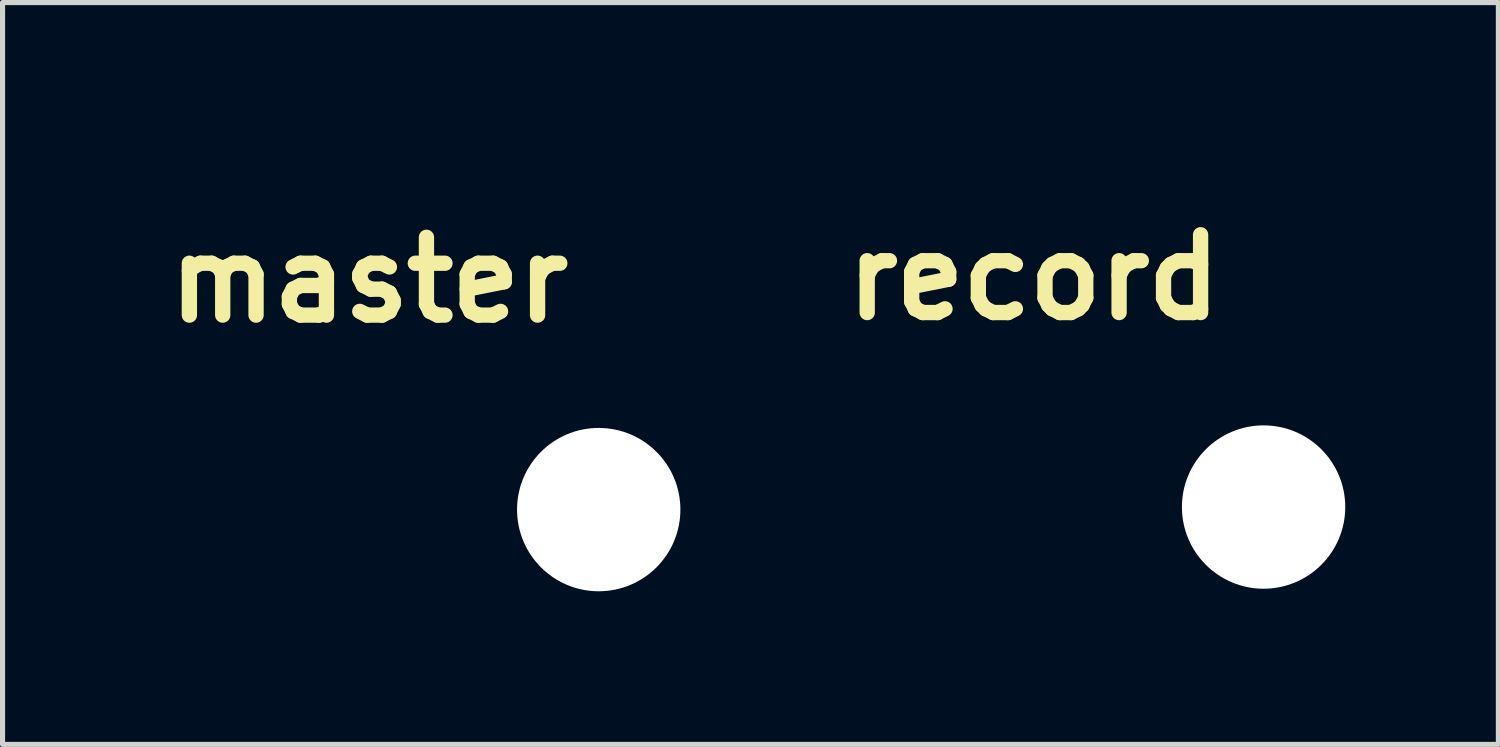
<source format=kicad_pcb>
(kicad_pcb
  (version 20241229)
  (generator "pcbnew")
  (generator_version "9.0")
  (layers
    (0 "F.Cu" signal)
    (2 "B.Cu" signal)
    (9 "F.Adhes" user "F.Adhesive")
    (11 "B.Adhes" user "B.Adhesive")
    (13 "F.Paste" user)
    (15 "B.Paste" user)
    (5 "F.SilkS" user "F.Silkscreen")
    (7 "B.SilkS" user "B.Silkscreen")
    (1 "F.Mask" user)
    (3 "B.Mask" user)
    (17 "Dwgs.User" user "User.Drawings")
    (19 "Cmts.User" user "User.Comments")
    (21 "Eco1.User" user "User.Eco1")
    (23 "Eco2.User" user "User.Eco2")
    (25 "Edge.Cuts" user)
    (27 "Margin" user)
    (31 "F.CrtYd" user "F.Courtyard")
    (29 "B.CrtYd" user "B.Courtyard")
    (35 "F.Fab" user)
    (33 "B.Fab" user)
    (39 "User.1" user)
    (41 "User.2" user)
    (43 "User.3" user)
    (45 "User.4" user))
  (footprint "record"
    (layer "F.Cu")
    (at 21.706 6.884)
    (property "Reference" "record" (at -4.5 -4.5 0) (layer "F.SilkS") (effects (font (size 1.524 1.524) (thickness 0.3))))
    (attr through_hole)
    (fp_poly (pts (xy -4.351 -6.874) (xy -4.164 -6.855) (xy -3.98 -6.821) (xy -3.798 -6.772) (xy -3.621 -6.71) (xy -3.449 -6.633) (xy -3.282 -6.543) (xy -3.122 -6.439) (xy -2.971 -6.321) (xy -2.827 -6.191) (xy -2.693 -6.047) (xy -2.603 -5.935) (xy -2.49 -5.773) (xy -2.392 -5.603) (xy -2.31 -5.428) (xy -2.242 -5.247) (xy -2.189 -5.062) (xy -2.151 -4.874) (xy -2.129 -4.684) (xy -2.122 -4.492) (xy -2.13 -4.301) (xy -2.154 -4.11) (xy -2.193 -3.921) (xy -2.247 -3.735) (xy -2.318 -3.553) (xy -2.404 -3.376) (xy -2.415 -3.356) (xy -2.519 -3.184) (xy -2.636 -3.023) (xy -2.764 -2.874) (xy -2.904 -2.737) (xy -3.053 -2.612) (xy -3.213 -2.499) (xy -3.381 -2.401) (xy -3.557 -2.316) (xy -3.74 -2.246) (xy -3.929 -2.191) (xy -4.125 -2.151) (xy -4.253 -2.134) (xy -4.332 -2.128) (xy -4.421 -2.124) (xy -4.515 -2.123) (xy -4.608 -2.125) (xy -4.694 -2.129) (xy -4.754 -2.134) (xy -4.951 -2.164) (xy -5.141 -2.209) (xy -5.325 -2.269) (xy -5.502 -2.343) (xy -5.671 -2.43) (xy -5.832 -2.53) (xy -5.984 -2.641) (xy -6.126 -2.764) (xy -6.257 -2.897) (xy -6.378 -3.041) (xy -6.487 -3.193) (xy -6.584 -3.354) (xy -6.669 -3.523) (xy -6.74 -3.698) (xy -6.797 -3.881) (xy -6.839 -4.069) (xy -6.867 -4.262) (xy -6.878 -4.459) (xy -6.878 -4.5) (xy -6.87 -4.699) (xy -6.846 -4.895) (xy -6.805 -5.087) (xy -6.75 -5.273) (xy -6.679 -5.454) (xy -6.595 -5.627) (xy -6.496 -5.794) (xy -6.385 -5.951) (xy -6.26 -6.1) (xy -6.123 -6.239) (xy -5.974 -6.366) (xy -5.814 -6.483) (xy -5.644 -6.585) (xy -5.467 -6.673) (xy -5.286 -6.746) (xy -5.102 -6.802) (xy -4.916 -6.843) (xy -4.728 -6.869) (xy -4.539 -6.879) (xy -4.351 -6.874)) (stroke (width 0.01) (type solid)) (fill yes) (layer "F.Mask"))
    (fp_poly (pts (xy -4.351 -6.874) (xy -4.164 -6.855) (xy -3.98 -6.821) (xy -3.798 -6.772) (xy -3.621 -6.71) (xy -3.449 -6.633) (xy -3.282 -6.543) (xy -3.122 -6.439) (xy -2.971 -6.321) (xy -2.827 -6.191) (xy -2.693 -6.047) (xy -2.603 -5.935) (xy -2.49 -5.773) (xy -2.392 -5.603) (xy -2.31 -5.428) (xy -2.242 -5.247) (xy -2.189 -5.062) (xy -2.151 -4.874) (xy -2.129 -4.684) (xy -2.122 -4.492) (xy -2.13 -4.301) (xy -2.154 -4.11) (xy -2.193 -3.921) (xy -2.247 -3.735) (xy -2.318 -3.553) (xy -2.404 -3.376) (xy -2.415 -3.356) (xy -2.519 -3.184) (xy -2.636 -3.023) (xy -2.764 -2.874) (xy -2.904 -2.737) (xy -3.053 -2.612) (xy -3.213 -2.499) (xy -3.381 -2.401) (xy -3.557 -2.316) (xy -3.74 -2.246) (xy -3.929 -2.191) (xy -4.125 -2.151) (xy -4.253 -2.134) (xy -4.332 -2.128) (xy -4.421 -2.124) (xy -4.515 -2.123) (xy -4.608 -2.125) (xy -4.694 -2.129) (xy -4.754 -2.134) (xy -4.951 -2.164) (xy -5.141 -2.209) (xy -5.325 -2.269) (xy -5.502 -2.343) (xy -5.671 -2.43) (xy -5.832 -2.53) (xy -5.984 -2.641) (xy -6.126 -2.764) (xy -6.257 -2.897) (xy -6.378 -3.041) (xy -6.487 -3.193) (xy -6.584 -3.354) (xy -6.669 -3.523) (xy -6.74 -3.698) (xy -6.797 -3.881) (xy -6.839 -4.069) (xy -6.867 -4.262) (xy -6.878 -4.459) (xy -6.878 -4.5) (xy -6.87 -4.699) (xy -6.846 -4.895) (xy -6.805 -5.087) (xy -6.75 -5.273) (xy -6.679 -5.454) (xy -6.595 -5.627) (xy -6.496 -5.794) (xy -6.385 -5.951) (xy -6.26 -6.1) (xy -6.123 -6.239) (xy -5.974 -6.366) (xy -5.814 -6.483) (xy -5.644 -6.585) (xy -5.467 -6.673) (xy -5.286 -6.746) (xy -5.102 -6.802) (xy -4.916 -6.843) (xy -4.728 -6.869) (xy -4.539 -6.879) (xy -4.351 -6.874)) (stroke (width 0.01) (type solid)) (fill yes) (layer "B.Mask"))
    (pad "" np_thru_hole circle (at 0 0) (size 3.2 3.2) (drill 3.2) (layers "*.Cu" "*.Mask")))
  (footprint "master"
    (layer "F.Cu")
    (at 8.68 6.934)
    (property "Reference" "master" (at -4.5 -4.5 0) (layer "F.SilkS") (effects (font (size 1.524 1.524) (thickness 0.3))))
    (attr through_hole)
    (fp_poly (pts (xy -1.674 -6.774) (xy -1.617 -6.76) (xy -1.564 -6.732) (xy -1.537 -6.711) (xy -1.51 -6.685) (xy -1.489 -6.657) (xy -1.472 -6.625) (xy -1.455 -6.584) (xy -1.438 -6.531) (xy -1.435 -6.519) (xy -1.383 -6.33) (xy -1.339 -6.137) (xy -1.3 -5.941) (xy -1.268 -5.738) (xy -1.241 -5.527) (xy -1.221 -5.308) (xy -1.206 -5.078) (xy -1.196 -4.835) (xy -1.191 -4.578) (xy -1.191 -4.466) (xy -1.194 -4.182) (xy -1.203 -3.912) (xy -1.218 -3.656) (xy -1.239 -3.412) (xy -1.266 -3.18) (xy -1.3 -2.959) (xy -1.341 -2.747) (xy -1.388 -2.543) (xy -1.43 -2.387) (xy -1.447 -2.331) (xy -1.461 -2.289) (xy -1.474 -2.256) (xy -1.488 -2.231) (xy -1.503 -2.21) (xy -1.52 -2.191) (xy -1.568 -2.153) (xy -1.624 -2.128) (xy -1.685 -2.115) (xy -1.747 -2.117) (xy -1.798 -2.131) (xy -1.851 -2.161) (xy -1.897 -2.203) (xy -1.931 -2.256) (xy -1.953 -2.315) (xy -1.958 -2.349) (xy -1.959 -2.372) (xy -1.958 -2.396) (xy -1.953 -2.425) (xy -1.944 -2.463) (xy -1.93 -2.512) (xy -1.929 -2.516) (xy -1.883 -2.689) (xy -1.842 -2.867) (xy -1.807 -3.05) (xy -1.778 -3.24) (xy -1.754 -3.439) (xy -1.735 -3.648) (xy -1.721 -3.868) (xy -1.712 -4.101) (xy -1.707 -4.348) (xy -1.707 -4.467) (xy -1.709 -4.706) (xy -1.715 -4.93) (xy -1.725 -5.141) (xy -1.74 -5.341) (xy -1.76 -5.531) (xy -1.784 -5.713) (xy -1.814 -5.889) (xy -1.849 -6.061) (xy -1.889 -6.23) (xy -1.932 -6.387) (xy -1.946 -6.435) (xy -1.954 -6.471) (xy -1.959 -6.499) (xy -1.96 -6.524) (xy -1.958 -6.541) (xy -1.945 -6.603) (xy -1.919 -6.657) (xy -1.883 -6.702) (xy -1.838 -6.737) (xy -1.786 -6.761) (xy -1.731 -6.774) (xy -1.674 -6.774)) (stroke (width 0.01) (type solid)) (fill yes) (layer "F.Mask"))
    (fp_poly (pts (xy -4.569 -6.923) (xy -4.511 -6.902) (xy -4.459 -6.867) (xy -4.416 -6.821) (xy -4.391 -6.777) (xy -4.369 -6.73) (xy -4.369 -2.261) (xy -4.391 -2.214) (xy -4.426 -2.158) (xy -4.473 -2.112) (xy -4.516 -2.086) (xy -4.557 -2.072) (xy -4.606 -2.065) (xy -4.656 -2.065) (xy -4.699 -2.073) (xy -4.707 -2.075) (xy -4.718 -2.081) (xy -4.742 -2.096) (xy -4.778 -2.118) (xy -4.826 -2.147) (xy -4.883 -2.183) (xy -4.949 -2.224) (xy -5.023 -2.271) (xy -5.104 -2.322) (xy -5.19 -2.376) (xy -5.281 -2.433) (xy -5.376 -2.493) (xy -5.473 -2.555) (xy -5.571 -2.617) (xy -5.67 -2.679) (xy -5.767 -2.741) (xy -5.863 -2.803) (xy -5.956 -2.862) (xy -6.045 -2.918) (xy -6.129 -2.972) (xy -6.207 -3.022) (xy -6.277 -3.067) (xy -6.339 -3.107) (xy -6.392 -3.141) (xy -6.434 -3.169) (xy -6.465 -3.189) (xy -6.483 -3.202) (xy -6.487 -3.205) (xy -6.506 -3.222) (xy -7.02 -3.179) (xy -7.113 -3.172) (xy -7.202 -3.165) (xy -7.285 -3.158) (xy -7.361 -3.153) (xy -7.428 -3.148) (xy -7.485 -3.144) (xy -7.529 -3.142) (xy -7.56 -3.141) (xy -7.576 -3.141) (xy -7.637 -3.156) (xy -7.692 -3.185) (xy -7.738 -3.227) (xy -7.773 -3.28) (xy -7.784 -3.304) (xy -7.786 -3.311) (xy -7.789 -3.318) (xy -7.79 -3.327) (xy -7.792 -3.338) (xy -7.794 -3.352) (xy -7.795 -3.37) (xy -7.796 -3.393) (xy -7.797 -3.422) (xy -7.798 -3.458) (xy -7.799 -3.501) (xy -7.799 -3.552) (xy -7.8 -3.613) (xy -7.8 -3.684) (xy -7.8 -3.767) (xy -7.801 -3.861) (xy -7.801 -3.968) (xy -7.801 -4.089) (xy -7.801 -4.224) (xy -7.801 -4.375) (xy -7.801 -4.47) (xy -7.801 -4.631) (xy -7.801 -4.775) (xy -7.801 -4.904) (xy -7.801 -5.019) (xy -7.801 -5.121) (xy -7.8 -5.21) (xy -7.8 -5.262) (xy -7.285 -5.262) (xy -7.285 -3.674) (xy -6.929 -3.704) (xy -6.574 -3.733) (xy -6.574 -5.207) (xy -6.91 -5.235) (xy -6.984 -5.241) (xy -7.054 -5.246) (xy -7.117 -5.251) (xy -7.171 -5.255) (xy -7.215 -5.259) (xy -7.247 -5.261) (xy -7.264 -5.262) (xy -7.266 -5.262) (xy -7.285 -5.262) (xy -7.8 -5.262) (xy -7.8 -5.287) (xy -7.8 -5.354) (xy -7.799 -5.41) (xy -6.057 -5.41) (xy -6.055 -4.471) (xy -6.053 -3.533) (xy -5.47 -3.162) (xy -5.38 -3.104) (xy -5.294 -3.05) (xy -5.213 -2.999) (xy -5.139 -2.952) (xy -5.072 -2.909) (xy -5.014 -2.872) (xy -4.965 -2.841) (xy -4.926 -2.817) (xy -4.9 -2.8) (xy -4.886 -2.791) (xy -4.884 -2.79) (xy -4.883 -2.799) (xy -4.883 -2.823) (xy -4.883 -2.863) (xy -4.883 -2.917) (xy -4.882 -2.985) (xy -4.882 -3.066) (xy -4.882 -3.159) (xy -4.882 -3.264) (xy -4.882 -3.379) (xy -4.881 -3.503) (xy -4.881 -3.637) (xy -4.881 -3.779) (xy -4.881 -3.928) (xy -4.881 -4.084) (xy -4.881 -4.245) (xy -4.881 -4.411) (xy -4.881 -4.492) (xy -4.881 -6.193) (xy -5.469 -5.801) (xy -6.057 -5.41) (xy -7.799 -5.41) (xy -7.799 -5.411) (xy -7.799 -5.459) (xy -7.798 -5.499) (xy -7.797 -5.531) (xy -7.796 -5.558) (xy -7.795 -5.579) (xy -7.793 -5.595) (xy -7.792 -5.608) (xy -7.79 -5.618) (xy -7.788 -5.626) (xy -7.785 -5.633) (xy -7.783 -5.638) (xy -7.754 -5.692) (xy -7.713 -5.738) (xy -7.661 -5.773) (xy -7.604 -5.795) (xy -7.579 -5.8) (xy -7.565 -5.8) (xy -7.534 -5.799) (xy -7.491 -5.797) (xy -7.435 -5.793) (xy -7.368 -5.788) (xy -7.293 -5.783) (xy -7.21 -5.776) (xy -7.121 -5.769) (xy -7.028 -5.762) (xy -7.023 -5.761) (xy -6.504 -5.718) (xy -6.482 -5.738) (xy -6.472 -5.746) (xy -6.449 -5.762) (xy -6.414 -5.786) (xy -6.367 -5.818) (xy -6.309 -5.856) (xy -6.242 -5.902) (xy -6.167 -5.953) (xy -6.083 -6.009) (xy -5.992 -6.07) (xy -5.895 -6.135) (xy -5.793 -6.203) (xy -5.686 -6.274) (xy -5.596 -6.334) (xy -5.452 -6.43) (xy -5.322 -6.516) (xy -5.206 -6.593) (xy -5.102 -6.662) (xy -5.011 -6.721) (xy -4.932 -6.773) (xy -4.865 -6.816) (xy -4.809 -6.852) (xy -4.764 -6.88) (xy -4.731 -6.9) (xy -4.707 -6.913) (xy -4.694 -6.92) (xy -4.693 -6.92) (xy -4.63 -6.929) (xy -4.569 -6.923)) (stroke (width 0.01) (type solid)) (fill yes) (layer "F.Mask"))
    (fp_poly (pts (xy -1.674 -6.774) (xy -1.617 -6.76) (xy -1.564 -6.732) (xy -1.537 -6.711) (xy -1.51 -6.685) (xy -1.489 -6.657) (xy -1.472 -6.625) (xy -1.455 -6.584) (xy -1.438 -6.531) (xy -1.435 -6.519) (xy -1.383 -6.33) (xy -1.339 -6.137) (xy -1.3 -5.941) (xy -1.268 -5.738) (xy -1.241 -5.527) (xy -1.221 -5.308) (xy -1.206 -5.078) (xy -1.196 -4.835) (xy -1.191 -4.578) (xy -1.191 -4.466) (xy -1.194 -4.182) (xy -1.203 -3.912) (xy -1.218 -3.656) (xy -1.239 -3.412) (xy -1.266 -3.18) (xy -1.3 -2.959) (xy -1.341 -2.747) (xy -1.388 -2.543) (xy -1.43 -2.387) (xy -1.447 -2.331) (xy -1.461 -2.289) (xy -1.474 -2.256) (xy -1.488 -2.231) (xy -1.503 -2.21) (xy -1.52 -2.191) (xy -1.568 -2.153) (xy -1.624 -2.128) (xy -1.685 -2.115) (xy -1.747 -2.117) (xy -1.798 -2.131) (xy -1.851 -2.161) (xy -1.897 -2.203) (xy -1.931 -2.256) (xy -1.953 -2.315) (xy -1.958 -2.349) (xy -1.959 -2.372) (xy -1.958 -2.396) (xy -1.953 -2.425) (xy -1.944 -2.463) (xy -1.93 -2.512) (xy -1.929 -2.516) (xy -1.883 -2.689) (xy -1.842 -2.867) (xy -1.807 -3.05) (xy -1.778 -3.24) (xy -1.754 -3.439) (xy -1.735 -3.648) (xy -1.721 -3.868) (xy -1.712 -4.101) (xy -1.707 -4.348) (xy -1.707 -4.467) (xy -1.709 -4.706) (xy -1.715 -4.93) (xy -1.725 -5.141) (xy -1.74 -5.341) (xy -1.76 -5.531) (xy -1.784 -5.713) (xy -1.814 -5.889) (xy -1.849 -6.061) (xy -1.889 -6.23) (xy -1.932 -6.387) (xy -1.946 -6.435) (xy -1.954 -6.471) (xy -1.959 -6.499) (xy -1.96 -6.524) (xy -1.958 -6.541) (xy -1.945 -6.603) (xy -1.919 -6.657) (xy -1.883 -6.702) (xy -1.838 -6.737) (xy -1.786 -6.761) (xy -1.731 -6.774) (xy -1.674 -6.774)) (stroke (width 0.01) (type solid)) (fill yes) (layer "B.Mask"))
    (fp_poly (pts (xy -4.569 -6.923) (xy -4.511 -6.902) (xy -4.459 -6.867) (xy -4.416 -6.821) (xy -4.391 -6.777) (xy -4.369 -6.73) (xy -4.369 -2.261) (xy -4.391 -2.214) (xy -4.426 -2.158) (xy -4.473 -2.112) (xy -4.516 -2.086) (xy -4.557 -2.072) (xy -4.606 -2.065) (xy -4.656 -2.065) (xy -4.699 -2.073) (xy -4.707 -2.075) (xy -4.718 -2.081) (xy -4.742 -2.096) (xy -4.778 -2.118) (xy -4.826 -2.147) (xy -4.883 -2.183) (xy -4.949 -2.224) (xy -5.023 -2.271) (xy -5.104 -2.322) (xy -5.19 -2.376) (xy -5.281 -2.433) (xy -5.376 -2.493) (xy -5.473 -2.555) (xy -5.571 -2.617) (xy -5.67 -2.679) (xy -5.767 -2.741) (xy -5.863 -2.803) (xy -5.956 -2.862) (xy -6.045 -2.918) (xy -6.129 -2.972) (xy -6.207 -3.022) (xy -6.277 -3.067) (xy -6.339 -3.107) (xy -6.392 -3.141) (xy -6.434 -3.169) (xy -6.465 -3.189) (xy -6.483 -3.202) (xy -6.487 -3.205) (xy -6.506 -3.222) (xy -7.02 -3.179) (xy -7.113 -3.172) (xy -7.202 -3.165) (xy -7.285 -3.158) (xy -7.361 -3.153) (xy -7.428 -3.148) (xy -7.485 -3.144) (xy -7.529 -3.142) (xy -7.56 -3.141) (xy -7.576 -3.141) (xy -7.637 -3.156) (xy -7.692 -3.185) (xy -7.738 -3.227) (xy -7.773 -3.28) (xy -7.784 -3.304) (xy -7.786 -3.311) (xy -7.789 -3.318) (xy -7.79 -3.327) (xy -7.792 -3.338) (xy -7.794 -3.352) (xy -7.795 -3.37) (xy -7.796 -3.393) (xy -7.797 -3.422) (xy -7.798 -3.458) (xy -7.799 -3.501) (xy -7.799 -3.552) (xy -7.8 -3.613) (xy -7.8 -3.684) (xy -7.8 -3.767) (xy -7.801 -3.861) (xy -7.801 -3.968) (xy -7.801 -4.089) (xy -7.801 -4.224) (xy -7.801 -4.375) (xy -7.801 -4.47) (xy -7.801 -4.631) (xy -7.801 -4.775) (xy -7.801 -4.904) (xy -7.801 -5.019) (xy -7.801 -5.121) (xy -7.8 -5.21) (xy -7.8 -5.262) (xy -7.285 -5.262) (xy -7.285 -3.674) (xy -6.929 -3.704) (xy -6.574 -3.733) (xy -6.574 -5.207) (xy -6.91 -5.235) (xy -6.984 -5.241) (xy -7.054 -5.246) (xy -7.117 -5.251) (xy -7.171 -5.255) (xy -7.215 -5.259) (xy -7.247 -5.261) (xy -7.264 -5.262) (xy -7.266 -5.262) (xy -7.285 -5.262) (xy -7.8 -5.262) (xy -7.8 -5.287) (xy -7.8 -5.354) (xy -7.799 -5.41) (xy -6.057 -5.41) (xy -6.055 -4.471) (xy -6.053 -3.533) (xy -5.47 -3.162) (xy -5.38 -3.104) (xy -5.294 -3.05) (xy -5.213 -2.999) (xy -5.139 -2.952) (xy -5.072 -2.909) (xy -5.014 -2.872) (xy -4.965 -2.841) (xy -4.926 -2.817) (xy -4.9 -2.8) (xy -4.886 -2.791) (xy -4.884 -2.79) (xy -4.883 -2.799) (xy -4.883 -2.823) (xy -4.883 -2.863) (xy -4.883 -2.917) (xy -4.882 -2.985) (xy -4.882 -3.066) (xy -4.882 -3.159) (xy -4.882 -3.264) (xy -4.882 -3.379) (xy -4.881 -3.503) (xy -4.881 -3.637) (xy -4.881 -3.779) (xy -4.881 -3.928) (xy -4.881 -4.084) (xy -4.881 -4.245) (xy -4.881 -4.411) (xy -4.881 -4.492) (xy -4.881 -6.193) (xy -5.469 -5.801) (xy -6.057 -5.41) (xy -7.799 -5.41) (xy -7.799 -5.411) (xy -7.799 -5.459) (xy -7.798 -5.499) (xy -7.797 -5.531) (xy -7.796 -5.558) (xy -7.795 -5.579) (xy -7.793 -5.595) (xy -7.792 -5.608) (xy -7.79 -5.618) (xy -7.788 -5.626) (xy -7.785 -5.633) (xy -7.783 -5.638) (xy -7.754 -5.692) (xy -7.713 -5.738) (xy -7.661 -5.773) (xy -7.604 -5.795) (xy -7.579 -5.8) (xy -7.565 -5.8) (xy -7.534 -5.799) (xy -7.491 -5.797) (xy -7.435 -5.793) (xy -7.368 -5.788) (xy -7.293 -5.783) (xy -7.21 -5.776) (xy -7.121 -5.769) (xy -7.028 -5.762) (xy -7.023 -5.761) (xy -6.504 -5.718) (xy -6.482 -5.738) (xy -6.472 -5.746) (xy -6.449 -5.762) (xy -6.414 -5.786) (xy -6.367 -5.818) (xy -6.309 -5.856) (xy -6.242 -5.902) (xy -6.167 -5.953) (xy -6.083 -6.009) (xy -5.992 -6.07) (xy -5.895 -6.135) (xy -5.793 -6.203) (xy -5.686 -6.274) (xy -5.596 -6.334) (xy -5.452 -6.43) (xy -5.322 -6.516) (xy -5.206 -6.593) (xy -5.102 -6.662) (xy -5.011 -6.721) (xy -4.932 -6.773) (xy -4.865 -6.816) (xy -4.809 -6.852) (xy -4.764 -6.88) (xy -4.731 -6.9) (xy -4.707 -6.913) (xy -4.694 -6.92) (xy -4.693 -6.92) (xy -4.63 -6.929) (xy -4.569 -6.923)) (stroke (width 0.01) (type solid)) (fill yes) (layer "B.Mask"))
    (pad "" np_thru_hole circle (at 0 0) (size 3.2 3.2) (drill 3.2) (layers "*.Cu" "*.Mask")))
  (gr_rect
    (start -3 -3)
    (end 26.306 11.534)
    (stroke (width 0.1) (type default))
    (fill no)
    (layer "Edge.Cuts")))
</source>
